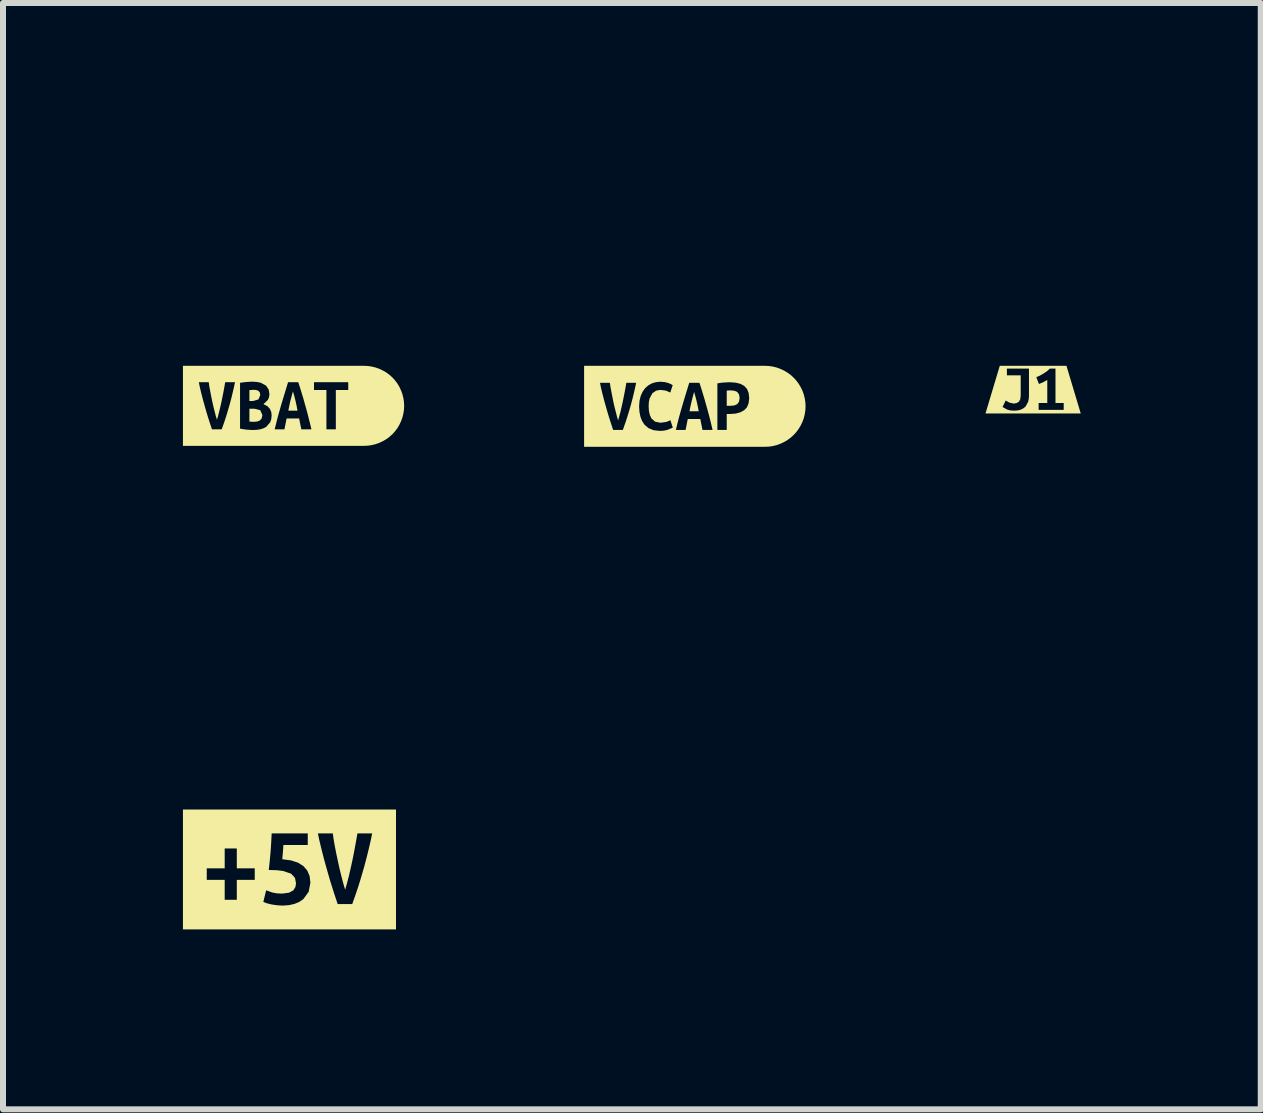
<source format=kicad_pcb>
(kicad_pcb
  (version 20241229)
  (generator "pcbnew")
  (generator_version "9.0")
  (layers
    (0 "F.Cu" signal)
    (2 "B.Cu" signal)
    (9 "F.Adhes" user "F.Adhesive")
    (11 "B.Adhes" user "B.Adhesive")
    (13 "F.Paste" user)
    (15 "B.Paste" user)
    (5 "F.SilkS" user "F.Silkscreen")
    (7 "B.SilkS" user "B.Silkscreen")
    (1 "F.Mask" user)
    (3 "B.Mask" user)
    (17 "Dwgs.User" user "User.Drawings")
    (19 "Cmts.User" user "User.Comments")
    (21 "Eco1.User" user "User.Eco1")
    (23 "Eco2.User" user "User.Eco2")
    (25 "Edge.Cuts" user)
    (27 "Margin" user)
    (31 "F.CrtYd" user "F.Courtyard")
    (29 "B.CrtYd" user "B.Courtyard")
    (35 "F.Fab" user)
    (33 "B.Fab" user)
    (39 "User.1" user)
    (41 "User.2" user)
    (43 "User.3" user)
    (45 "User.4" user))
  (footprint "kibuzzard-6457FFFD"
    (layer "F.Cu")
    (at 8.534 3.724)
    (property "Reference" "kibuzzard-6457FFFD" (at 0 -3.723 0) (layer "F.SilkS") (effects (font (size 0.001 0.001) (thickness 0.15))))
    (attr board_only exclude_from_pos_files exclude_from_bom)
    (fp_poly (pts (xy -0.012 -0.24) (xy -0.035 -0.156) (xy -0.055 -0.077) (xy -0.073 0.001) (xy -0.089 0.083) (xy 0.065 0.083) (xy 0.049 0.001) (xy 0.032 -0.077) (xy 0.012 -0.156) (xy -0.012 -0.24)) (stroke (width 0) (type solid)) (fill yes) (layer "F.SilkS"))
    (fp_poly (pts (xy 0.609 -0.265) (xy 0.571 -0.265) (xy 0.532 -0.262) (xy 0.532 -0.008) (xy 0.595 -0.008) (xy 0.661 -0.015) (xy 0.708 -0.037) (xy 0.737 -0.078) (xy 0.747 -0.14) (xy 0.737 -0.198) (xy 0.709 -0.237) (xy 0.665 -0.258) (xy 0.609 -0.265)) (stroke (width 0) (type solid)) (fill yes) (layer "F.SilkS"))
    (fp_poly (pts (xy -1.581 -0.675) (xy -1.846 -0.675) (xy -1.846 0.675) (xy -1.581 0.675) (xy -1.362 0.675) (xy -1.362 0.394) (xy -1.393 0.3) (xy -1.426 0.196) (xy -1.449 0.122) (xy -1.47 0.049) (xy -1.491 -0.025) (xy -1.511 -0.097) (xy -1.529 -0.166) (xy -1.546 -0.232) (xy -1.567 -0.321) (xy -1.581 -0.392) (xy -1.416 -0.392) (xy -1.407 -0.327) (xy -1.393 -0.251) (xy -1.377 -0.169) (xy -1.36 -0.084) (xy -1.341 0.001) (xy -1.32 0.084) (xy -1.3 0.163) (xy -1.279 0.234) (xy -1.259 0.164) (xy -1.238 0.086) (xy -1.219 0.002) (xy -1.2 -0.083) (xy -1.183 -0.168) (xy -1.167 -0.25) (xy -1.153 -0.326) (xy -1.142 -0.392) (xy -0.978 -0.392) (xy -0.995 -0.312) (xy -1.016 -0.222) (xy -1.039 -0.126) (xy -1.066 -0.025) (xy -1.086 0.045) (xy -1.107 0.115) (xy -1.129 0.186) (xy -1.152 0.257) (xy -1.176 0.326) (xy -1.2 0.394) (xy -1.362 0.394) (xy -1.362 0.675) (xy -0.587 0.675) (xy -0.587 0.41) (xy -0.689 0.398) (xy -0.774 0.363) (xy -0.841 0.304) (xy -0.879 0.245) (xy -0.907 0.174) (xy -0.923 0.093) (xy -0.929 0) (xy -0.922 -0.092) (xy -0.902 -0.174) (xy -0.87 -0.244) (xy -0.828 -0.303) (xy -0.776 -0.349) (xy -0.715 -0.383) (xy -0.646 -0.403) (xy -0.572 -0.41) (xy -0.496 -0.403) (xy -0.437 -0.387) (xy -0.395 -0.368) (xy -0.369 -0.353) (xy -0.409 -0.229) (xy -0.48 -0.261) (xy -0.574 -0.274) (xy -0.646 -0.261) (xy -0.708 -0.217) (xy -0.753 -0.133) (xy -0.766 -0.075) (xy -0.77 -0.004) (xy -0.765 0.079) (xy -0.749 0.148) (xy -0.723 0.203) (xy -0.662 0.256) (xy -0.572 0.274) (xy -0.471 0.26) (xy -0.407 0.232) (xy -0.367 0.356) (xy -0.457 0.393) (xy -0.518 0.406) (xy -0.587 0.41) (xy -0.587 0.675) (xy 0.128 0.675) (xy 0.128 0.394) (xy 0.091 0.212) (xy -0.118 0.212) (xy -0.154 0.394) (xy -0.316 0.394) (xy -0.294 0.302) (xy -0.272 0.214) (xy -0.249 0.13) (xy -0.226 0.048) (xy -0.203 -0.03) (xy -0.175 -0.124) (xy -0.147 -0.216) (xy -0.12 -0.305) (xy -0.093 -0.392) (xy 0.077 -0.392) (xy 0.105 -0.305) (xy 0.133 -0.214) (xy 0.161 -0.122) (xy 0.188 -0.026) (xy 0.21 0.053) (xy 0.232 0.134) (xy 0.254 0.218) (xy 0.275 0.305) (xy 0.296 0.394) (xy 0.128 0.394) (xy 0.128 0.675) (xy 0.532 0.675) (xy 0.532 0.394) (xy 0.376 0.394) (xy 0.376 -0.382) (xy 0.427 -0.391) (xy 0.485 -0.397) (xy 0.542 -0.4) (xy 0.592 -0.401) (xy 0.684 -0.394) (xy 0.762 -0.374) (xy 0.824 -0.34) (xy 0.87 -0.29) (xy 0.897 -0.223) (xy 0.907 -0.138) (xy 0.897 -0.053) (xy 0.87 0.015) (xy 0.823 0.065) (xy 0.76 0.1) (xy 0.682 0.121) (xy 0.588 0.128) (xy 0.532 0.128) (xy 0.532 0.394) (xy 0.532 0.675) (xy 0.907 0.675) (xy 1.171 0.675) (xy 1.237 0.672) (xy 1.303 0.662) (xy 1.367 0.646) (xy 1.429 0.623) (xy 1.489 0.595) (xy 1.546 0.561) (xy 1.599 0.522) (xy 1.648 0.477) (xy 1.693 0.428) (xy 1.732 0.375) (xy 1.766 0.318) (xy 1.795 0.258) (xy 1.817 0.196) (xy 1.833 0.132) (xy 1.843 0.066) (xy 1.846 0) (xy 1.843 -0.066) (xy 1.833 -0.132) (xy 1.817 -0.196) (xy 1.795 -0.258) (xy 1.766 -0.318) (xy 1.732 -0.375) (xy 1.693 -0.428) (xy 1.648 -0.477) (xy 1.599 -0.522) (xy 1.546 -0.561) (xy 1.489 -0.595) (xy 1.429 -0.623) (xy 1.367 -0.646) (xy 1.303 -0.662) (xy 1.237 -0.672) (xy 1.171 -0.675) (xy 0.907 -0.675) (xy -1.581 -0.675)) (stroke (width 0) (type solid)) (fill yes) (layer "F.SilkS")))
  (footprint "kibuzzard-6457FFC6"
    (layer "F.Cu")
    (at 1.844 3.716)
    (property "Reference" "kibuzzard-6457FFC6" (at 0 -3.715 0) (layer "F.SilkS") (effects (font (size 0.001 0.001) (thickness 0.15))))
    (attr board_only exclude_from_pos_files exclude_from_bom)
    (fp_poly (pts (xy -0.01 -0.241) (xy -0.033 -0.157) (xy -0.054 -0.078) (xy -0.071 0) (xy -0.087 0.081) (xy 0.066 0.081) (xy 0.051 0) (xy 0.034 -0.078) (xy 0.014 -0.157) (xy -0.01 -0.241)) (stroke (width 0) (type solid)) (fill yes) (layer "F.SilkS"))
    (fp_poly (pts (xy -0.736 0.048) (xy -0.736 0.262) (xy -0.7 0.265) (xy -0.661 0.267) (xy -0.609 0.262) (xy -0.564 0.246) (xy -0.532 0.211) (xy -0.519 0.155) (xy -0.555 0.073) (xy -0.652 0.048) (xy -0.736 0.048)) (stroke (width 0) (type solid)) (fill yes) (layer "F.SilkS"))
    (fp_poly (pts (xy -0.675 -0.081) (xy -0.585 -0.107) (xy -0.555 -0.179) (xy -0.563 -0.224) (xy -0.588 -0.251) (xy -0.623 -0.264) (xy -0.665 -0.267) (xy -0.702 -0.265) (xy -0.736 -0.262) (xy -0.736 -0.081) (xy -0.675 -0.081)) (stroke (width 0) (type solid)) (fill yes) (layer "F.SilkS"))
    (fp_poly (pts (xy -1.579 -0.667) (xy -1.844 -0.667) (xy -1.844 0.667) (xy -1.579 0.667) (xy -1.36 0.667) (xy -1.36 0.392) (xy -1.391 0.299) (xy -1.425 0.194) (xy -1.447 0.121) (xy -1.469 0.047) (xy -1.489 -0.026) (xy -1.509 -0.098) (xy -1.527 -0.167) (xy -1.544 -0.234) (xy -1.565 -0.323) (xy -1.579 -0.394) (xy -1.414 -0.394) (xy -1.405 -0.328) (xy -1.391 -0.252) (xy -1.375 -0.17) (xy -1.358 -0.086) (xy -1.339 -0.001) (xy -1.318 0.083) (xy -1.298 0.162) (xy -1.277 0.232) (xy -1.257 0.163) (xy -1.237 0.084) (xy -1.217 0.001) (xy -1.198 -0.084) (xy -1.181 -0.169) (xy -1.165 -0.251) (xy -1.151 -0.328) (xy -1.14 -0.394) (xy -0.976 -0.394) (xy -0.993 -0.313) (xy -1.014 -0.224) (xy -1.037 -0.127) (xy -1.064 -0.026) (xy -1.084 0.043) (xy -1.105 0.114) (xy -1.127 0.185) (xy -1.15 0.256) (xy -1.174 0.325) (xy -1.198 0.392) (xy -1.36 0.392) (xy -1.36 0.667) (xy -0.674 0.667) (xy -0.674 0.403) (xy -0.727 0.401) (xy -0.782 0.397) (xy -0.837 0.39) (xy -0.892 0.38) (xy -0.892 -0.384) (xy -0.795 -0.397) (xy -0.689 -0.403) (xy -0.609 -0.398) (xy -0.544 -0.384) (xy -0.457 -0.336) (xy -0.414 -0.269) (xy -0.402 -0.196) (xy -0.409 -0.143) (xy -0.429 -0.097) (xy -0.502 -0.028) (xy -0.435 0.006) (xy -0.394 0.051) (xy -0.372 0.102) (xy -0.365 0.155) (xy -0.371 0.22) (xy -0.389 0.274) (xy -0.455 0.35) (xy -0.5 0.374) (xy -0.553 0.391) (xy -0.611 0.4) (xy -0.674 0.403) (xy -0.674 0.667) (xy 0.13 0.667) (xy 0.13 0.392) (xy 0.093 0.211) (xy -0.116 0.211) (xy -0.152 0.392) (xy -0.315 0.392) (xy -0.292 0.301) (xy -0.27 0.213) (xy -0.247 0.128) (xy -0.224 0.047) (xy -0.202 -0.031) (xy -0.173 -0.125) (xy -0.145 -0.217) (xy -0.118 -0.307) (xy -0.091 -0.394) (xy 0.079 -0.394) (xy 0.107 -0.306) (xy 0.135 -0.216) (xy 0.163 -0.123) (xy 0.19 -0.027) (xy 0.212 0.051) (xy 0.234 0.133) (xy 0.255 0.217) (xy 0.277 0.303) (xy 0.298 0.392) (xy 0.13 0.392) (xy 0.13 0.667) (xy 0.705 0.667) (xy 0.705 0.392) (xy 0.548 0.392) (xy 0.548 -0.264) (xy 0.341 -0.264) (xy 0.341 -0.394) (xy 0.912 -0.394) (xy 0.912 -0.264) (xy 0.705 -0.264) (xy 0.705 0.392) (xy 0.705 0.667) (xy 0.912 0.667) (xy 1.177 0.667) (xy 1.242 0.664) (xy 1.307 0.654) (xy 1.371 0.638) (xy 1.432 0.616) (xy 1.491 0.588) (xy 1.548 0.555) (xy 1.6 0.516) (xy 1.649 0.472) (xy 1.693 0.423) (xy 1.732 0.371) (xy 1.765 0.315) (xy 1.793 0.255) (xy 1.815 0.194) (xy 1.831 0.13) (xy 1.841 0.065) (xy 1.844 0) (xy 1.841 -0.065) (xy 1.831 -0.13) (xy 1.815 -0.194) (xy 1.793 -0.255) (xy 1.765 -0.315) (xy 1.732 -0.371) (xy 1.693 -0.423) (xy 1.649 -0.472) (xy 1.6 -0.516) (xy 1.548 -0.555) (xy 1.491 -0.588) (xy 1.432 -0.616) (xy 1.371 -0.638) (xy 1.307 -0.654) (xy 1.242 -0.664) (xy 1.177 -0.667) (xy 0.912 -0.667) (xy -1.579 -0.667)) (stroke (width 0) (type solid)) (fill yes) (layer "F.SilkS")))
  (footprint "kibuzzard-645802C2"
    (layer "F.Cu")
    (at 14.174 3.446)
    (property "Reference" "kibuzzard-645802C2" (at 0 -3.445 0) (layer "F.SilkS") (effects (font (size 0.001 0.001) (thickness 0.15))))
    (attr board_only exclude_from_pos_files exclude_from_bom)
    (fp_poly (pts (xy -0.51 -0.397) (xy -0.556 -0.397) (xy -0.794 0.397) (xy -0.556 0.397) (xy -0.51 0.397) (xy -0.314 0.397) (xy -0.314 0.351) (xy -0.378 0.347) (xy -0.431 0.333) (xy -0.51 0.29) (xy -0.457 0.181) (xy -0.396 0.216) (xy -0.326 0.232) (xy -0.278 0.225) (xy -0.24 0.204) (xy -0.215 0.163) (xy -0.207 0.099) (xy -0.207 -0.238) (xy -0.437 -0.238) (xy -0.437 -0.351) (xy -0.069 -0.351) (xy -0.069 0.107) (xy -0.073 0.155) (xy -0.082 0.201) (xy -0.124 0.279) (xy -0.158 0.309) (xy -0.201 0.332) (xy -0.252 0.346) (xy -0.314 0.351) (xy -0.314 0.397) (xy 0.51 0.397) (xy 0.51 0.337) (xy 0.092 0.337) (xy 0.092 0.223) (xy 0.236 0.223) (xy 0.236 -0.161) (xy 0.165 -0.122) (xy 0.097 -0.094) (xy 0.053 -0.208) (xy 0.111 -0.233) (xy 0.173 -0.268) (xy 0.232 -0.308) (xy 0.279 -0.351) (xy 0.373 -0.351) (xy 0.373 0.223) (xy 0.51 0.223) (xy 0.51 0.337) (xy 0.51 0.397) (xy 0.556 0.397) (xy 0.794 0.397) (xy 0.556 -0.397) (xy 0.51 -0.397) (xy -0.51 -0.397)) (stroke (width 0) (type solid)) (fill yes) (layer "F.SilkS")))
  (footprint "kibuzzard-6458017F"
    (layer "F.Cu")
    (at 1.776 11.446)
    (property "Reference" "kibuzzard-6458017F" (at 0 -4.047 0) (layer "F.SilkS") (effects (font (size 0.001 0.001) (thickness 0.15))))
    (attr board_only exclude_from_pos_files exclude_from_bom)
    (fp_poly (pts (xy -1.379 -0.999) (xy -1.776 -0.999) (xy -1.776 0.999) (xy -1.379 0.999) (xy -0.878 0.999) (xy -0.878 0.505) (xy -1.08 0.505) (xy -1.08 0.173) (xy -1.379 0.173) (xy -1.379 -0.019) (xy -1.08 -0.019) (xy -1.08 -0.351) (xy -0.878 -0.351) (xy -0.878 -0.019) (xy -0.579 -0.019) (xy -0.579 0.173) (xy -0.878 0.173) (xy -0.878 0.505) (xy -0.878 0.999) (xy -0.118 0.999) (xy -0.118 0.602) (xy -0.211 0.596) (xy -0.303 0.582) (xy -0.382 0.562) (xy -0.436 0.541) (xy -0.389 0.347) (xy -0.282 0.385) (xy -0.209 0.398) (xy -0.12 0.402) (xy -0.007 0.387) (xy 0.064 0.348) (xy 0.099 0.293) (xy 0.109 0.231) (xy 0.092 0.14) (xy 0.028 0.07) (xy -0.11 0.024) (xy -0.214 0.012) (xy -0.345 0.008) (xy -0.328 -0.151) (xy -0.314 -0.306) (xy -0.304 -0.456) (xy -0.297 -0.602) (xy 0.305 -0.602) (xy 0.305 -0.408) (xy -0.101 -0.408) (xy -0.11 -0.28) (xy -0.12 -0.171) (xy 0.024 -0.152) (xy 0.142 -0.114) (xy 0.232 -0.057) (xy 0.297 0.018) (xy 0.336 0.11) (xy 0.349 0.221) (xy 0.32 0.372) (xy 0.232 0.493) (xy 0.166 0.539) (xy 0.086 0.573) (xy -0.009 0.595) (xy -0.118 0.602) (xy -0.118 0.999) (xy 0.804 0.999) (xy 0.804 0.577) (xy 0.757 0.437) (xy 0.707 0.28) (xy 0.673 0.17) (xy 0.641 0.059) (xy 0.61 -0.05) (xy 0.58 -0.158) (xy 0.553 -0.262) (xy 0.528 -0.362) (xy 0.496 -0.495) (xy 0.474 -0.602) (xy 0.722 -0.602) (xy 0.736 -0.503) (xy 0.756 -0.39) (xy 0.78 -0.267) (xy 0.807 -0.14) (xy 0.835 -0.012) (xy 0.866 0.113) (xy 0.897 0.232) (xy 0.928 0.337) (xy 0.958 0.233) (xy 0.989 0.115) (xy 1.018 -0.01) (xy 1.046 -0.138) (xy 1.072 -0.265) (xy 1.095 -0.389) (xy 1.116 -0.503) (xy 1.133 -0.602) (xy 1.379 -0.602) (xy 1.354 -0.481) (xy 1.323 -0.347) (xy 1.287 -0.202) (xy 1.247 -0.05) (xy 1.217 0.054) (xy 1.186 0.159) (xy 1.153 0.266) (xy 1.118 0.372) (xy 1.082 0.476) (xy 1.046 0.577) (xy 0.804 0.577) (xy 0.804 0.999) (xy 1.379 0.999) (xy 1.776 0.999) (xy 1.776 -0.999) (xy 1.379 -0.999) (xy -1.379 -0.999)) (stroke (width 0) (type solid)) (fill yes) (layer "F.SilkS")))
  (gr_rect
    (start -3 -3)
    (end 17.969 15.445)
    (stroke (width 0.1) (type default))
    (fill no)
    (layer "Edge.Cuts")))
</source>
